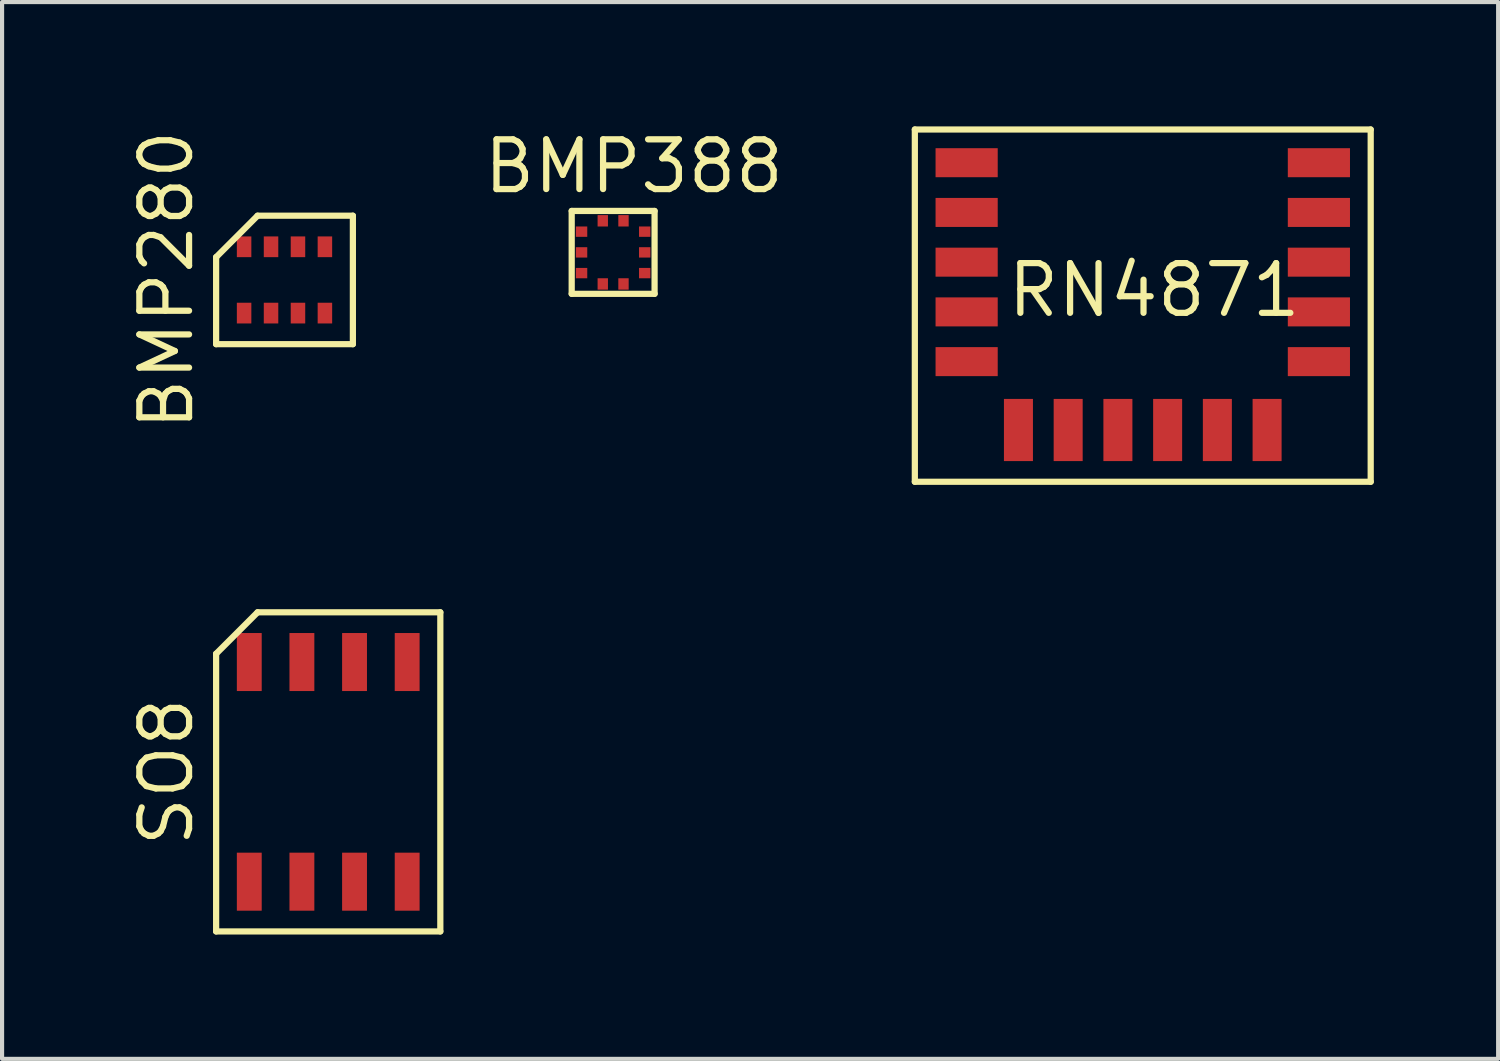
<source format=kicad_pcb>
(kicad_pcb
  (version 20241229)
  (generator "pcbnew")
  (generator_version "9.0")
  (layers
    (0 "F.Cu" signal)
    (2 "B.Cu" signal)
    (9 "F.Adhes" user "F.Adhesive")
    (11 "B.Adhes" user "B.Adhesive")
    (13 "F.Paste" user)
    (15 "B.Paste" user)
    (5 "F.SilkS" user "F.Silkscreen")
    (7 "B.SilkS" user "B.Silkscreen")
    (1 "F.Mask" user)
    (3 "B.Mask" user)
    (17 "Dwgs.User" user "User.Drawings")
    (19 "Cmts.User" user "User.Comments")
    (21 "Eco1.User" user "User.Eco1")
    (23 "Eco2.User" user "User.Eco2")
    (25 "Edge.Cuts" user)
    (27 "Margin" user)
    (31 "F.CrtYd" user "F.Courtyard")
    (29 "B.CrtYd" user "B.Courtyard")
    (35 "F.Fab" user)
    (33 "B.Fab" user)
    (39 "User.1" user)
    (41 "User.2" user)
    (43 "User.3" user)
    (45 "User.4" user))
  (footprint "SO8"
    (layer "F.Cu")
    (at 4.87 15.575)
    (property "Reference" "SO8" (at -3.905 0 90) (layer "F.SilkS") (effects (font (size 1.2 1.2) (thickness 0.15))))
    (attr through_hole)
    (fp_line (start -2.705 -2.85) (end -2.705 3.85) (stroke (width 0.15) (type solid)) (layer "F.SilkS"))
    (fp_line (start -2.705 3.85) (end 2.705 3.85) (stroke (width 0.15) (type solid)) (layer "F.SilkS"))
    (fp_line (start -1.705 -3.85) (end -2.705 -2.85) (stroke (width 0.15) (type solid)) (layer "F.SilkS"))
    (fp_line (start 2.705 -3.85) (end -1.705 -3.85) (stroke (width 0.15) (type solid)) (layer "F.SilkS"))
    (fp_line (start 2.705 3.85) (end 2.705 -3.85) (stroke (width 0.15) (type solid)) (layer "F.SilkS"))
    (pad "1" smd rect (at -1.905 2.65) (size 0.6 1.4) (layers "F.Cu" "F.Mask" "F.Paste"))
    (pad "2" smd rect (at -0.635 2.65) (size 0.6 1.4) (layers "F.Cu" "F.Mask" "F.Paste"))
    (pad "3" smd rect (at 0.635 2.65) (size 0.6 1.4) (layers "F.Cu" "F.Mask" "F.Paste"))
    (pad "4" smd rect (at 1.905 2.65) (size 0.6 1.4) (layers "F.Cu" "F.Mask" "F.Paste"))
    (pad "5" smd rect (at 1.905 -2.65) (size 0.6 1.4) (layers "F.Cu" "F.Mask" "F.Paste"))
    (pad "6" smd rect (at 0.635 -2.65) (size 0.6 1.4) (layers "F.Cu" "F.Mask" "F.Paste"))
    (pad "7" smd rect (at -0.635 -2.65) (size 0.6 1.4) (layers "F.Cu" "F.Mask" "F.Paste"))
    (pad "8" smd rect (at -1.905 -2.65) (size 0.6 1.4) (layers "F.Cu" "F.Mask" "F.Paste")))
  (footprint "RN4871"
    (layer "F.Cu")
    (at 20.025 7.576)
    (property "Reference" "RN4871" (at 4.775 -3.625 0) (layer "F.SilkS") (effects (font (size 1.2 1.2) (thickness 0.15))))
    (attr through_hole)
    (fp_line (start -1 -7.501) (end 10 -7.501) (stroke (width 0.15) (type solid)) (layer "F.SilkS"))
    (fp_line (start -1 0.999) (end -1 -7.501) (stroke (width 0.15) (type solid)) (layer "F.SilkS"))
    (fp_line (start 10 -7.501) (end 10 0.999) (stroke (width 0.15) (type solid)) (layer "F.SilkS"))
    (fp_line (start 10 0.999) (end -1 0.999) (stroke (width 0.15) (type solid)) (layer "F.SilkS"))
    (pad "1" smd rect (at 0.25 -6.7 270) (size 0.7 1.5) (layers "F.Cu" "F.Mask" "F.Paste"))
    (pad "2" smd rect (at 0.25 -5.5 270) (size 0.7 1.5) (layers "F.Cu" "F.Mask" "F.Paste"))
    (pad "3" smd rect (at 0.25 -4.3 270) (size 0.7 1.5) (layers "F.Cu" "F.Mask" "F.Paste"))
    (pad "4" smd rect (at 0.25 -3.1 270) (size 0.7 1.5) (layers "F.Cu" "F.Mask" "F.Paste"))
    (pad "5" smd rect (at 0.25 -1.9 270) (size 0.7 1.5) (layers "F.Cu" "F.Mask" "F.Paste"))
    (pad "6" smd rect (at 1.5 -0.25) (size 0.7 1.5) (layers "F.Cu" "F.Mask" "F.Paste"))
    (pad "7" smd rect (at 2.7 -0.25) (size 0.7 1.5) (layers "F.Cu" "F.Mask" "F.Paste"))
    (pad "8" smd rect (at 3.9 -0.25) (size 0.7 1.5) (layers "F.Cu" "F.Mask" "F.Paste"))
    (pad "9" smd rect (at 5.1 -0.25) (size 0.7 1.5) (layers "F.Cu" "F.Mask" "F.Paste"))
    (pad "10" smd rect (at 6.3 -0.25) (size 0.7 1.5) (layers "F.Cu" "F.Mask" "F.Paste"))
    (pad "11" smd rect (at 7.5 -0.25) (size 0.7 1.5) (layers "F.Cu" "F.Mask" "F.Paste"))
    (pad "12" smd rect (at 8.75 -1.9 270) (size 0.7 1.5) (layers "F.Cu" "F.Mask" "F.Paste"))
    (pad "13" smd rect (at 8.75 -3.1 270) (size 0.7 1.5) (layers "F.Cu" "F.Mask" "F.Paste"))
    (pad "14" smd rect (at 8.75 -4.3 270) (size 0.7 1.5) (layers "F.Cu" "F.Mask" "F.Paste"))
    (pad "15" smd rect (at 8.75 -5.5 270) (size 0.7 1.5) (layers "F.Cu" "F.Mask" "F.Paste"))
    (pad "16" smd rect (at 8.75 -6.7 270) (size 0.7 1.5) (layers "F.Cu" "F.Mask" "F.Paste")))
  (footprint "BMP280"
    (layer "F.Cu")
    (at 3.815 3.705)
    (property "Reference" "BMP280" (at -2.85 0 90) (layer "F.SilkS") (effects (font (size 1.2 1.2) (thickness 0.15))))
    (attr through_hole)
    (fp_line (start -1.65 -0.55) (end -1.65 1.55) (stroke (width 0.15) (type solid)) (layer "F.SilkS"))
    (fp_line (start -1.65 1.55) (end 1.65 1.55) (stroke (width 0.15) (type solid)) (layer "F.SilkS"))
    (fp_line (start -0.65 -1.55) (end -1.65 -0.55) (stroke (width 0.15) (type solid)) (layer "F.SilkS"))
    (fp_line (start 1.65 -1.55) (end -0.65 -1.55) (stroke (width 0.15) (type solid)) (layer "F.SilkS"))
    (fp_line (start 1.65 1.55) (end 1.65 -1.55) (stroke (width 0.15) (type solid)) (layer "F.SilkS"))
    (pad "1" smd rect (at -0.975 -0.8) (size 0.35 0.5) (layers "F.Cu" "F.Mask" "F.Paste"))
    (pad "2" smd rect (at -0.325 -0.8) (size 0.35 0.5) (layers "F.Cu" "F.Mask" "F.Paste"))
    (pad "3" smd rect (at 0.325 -0.8) (size 0.35 0.5) (layers "F.Cu" "F.Mask" "F.Paste"))
    (pad "4" smd rect (at 0.975 -0.8) (size 0.35 0.5) (layers "F.Cu" "F.Mask" "F.Paste"))
    (pad "5" smd rect (at 0.975 0.8) (size 0.35 0.5) (layers "F.Cu" "F.Mask" "F.Paste"))
    (pad "6" smd rect (at 0.325 0.8) (size 0.35 0.5) (layers "F.Cu" "F.Mask" "F.Paste"))
    (pad "7" smd rect (at -0.325 0.8) (size 0.35 0.5) (layers "F.Cu" "F.Mask" "F.Paste"))
    (pad "8" smd rect (at -0.975 0.8) (size 0.35 0.5) (layers "F.Cu" "F.Mask" "F.Paste")))
  (footprint "BMP388"
    (layer "F.Cu")
    (at 11.745 3.04)
    (property "Reference" "BMP388" (at 0.5 -2.075 0) (layer "F.SilkS") (effects (font (size 1.2 1.2) (thickness 0.15))))
    (attr through_hole)
    (fp_line (start -1 -1) (end 1 -1) (stroke (width 0.15) (type solid)) (layer "F.SilkS"))
    (fp_line (start -1 1) (end -1 -1) (stroke (width 0.15) (type solid)) (layer "F.SilkS"))
    (fp_line (start 1 -1) (end 1 1) (stroke (width 0.15) (type solid)) (layer "F.SilkS"))
    (fp_line (start 1 1) (end -1 1) (stroke (width 0.15) (type solid)) (layer "F.SilkS"))
    (pad "1" smd rect (at 0.25 -0.762) (size 0.25 0.275) (layers "F.Cu" "F.Mask" "F.Paste"))
    (pad "2" smd rect (at -0.25 -0.762) (size 0.25 0.275) (layers "F.Cu" "F.Mask" "F.Paste"))
    (pad "3" smd rect (at -0.762 -0.5 270) (size 0.25 0.275) (layers "F.Cu" "F.Mask" "F.Paste"))
    (pad "4" smd rect (at -0.762 0 270) (size 0.25 0.275) (layers "F.Cu" "F.Mask" "F.Paste"))
    (pad "5" smd rect (at -0.762 0.5 270) (size 0.25 0.275) (layers "F.Cu" "F.Mask" "F.Paste"))
    (pad "6" smd rect (at -0.25 0.762) (size 0.25 0.275) (layers "F.Cu" "F.Mask" "F.Paste"))
    (pad "7" smd rect (at 0.25 0.762) (size 0.25 0.275) (layers "F.Cu" "F.Mask" "F.Paste"))
    (pad "8" smd rect (at 0.762 0.5 270) (size 0.25 0.275) (layers "F.Cu" "F.Mask" "F.Paste"))
    (pad "9" smd rect (at 0.762 0 270) (size 0.25 0.275) (layers "F.Cu" "F.Mask" "F.Paste"))
    (pad "10" smd rect (at 0.762 -0.5 270) (size 0.25 0.275) (layers "F.Cu" "F.Mask" "F.Paste")))
  (gr_rect
    (start -3 -3)
    (end 33.1 22.5)
    (stroke (width 0.1) (type default))
    (fill no)
    (layer "Edge.Cuts")))
</source>
